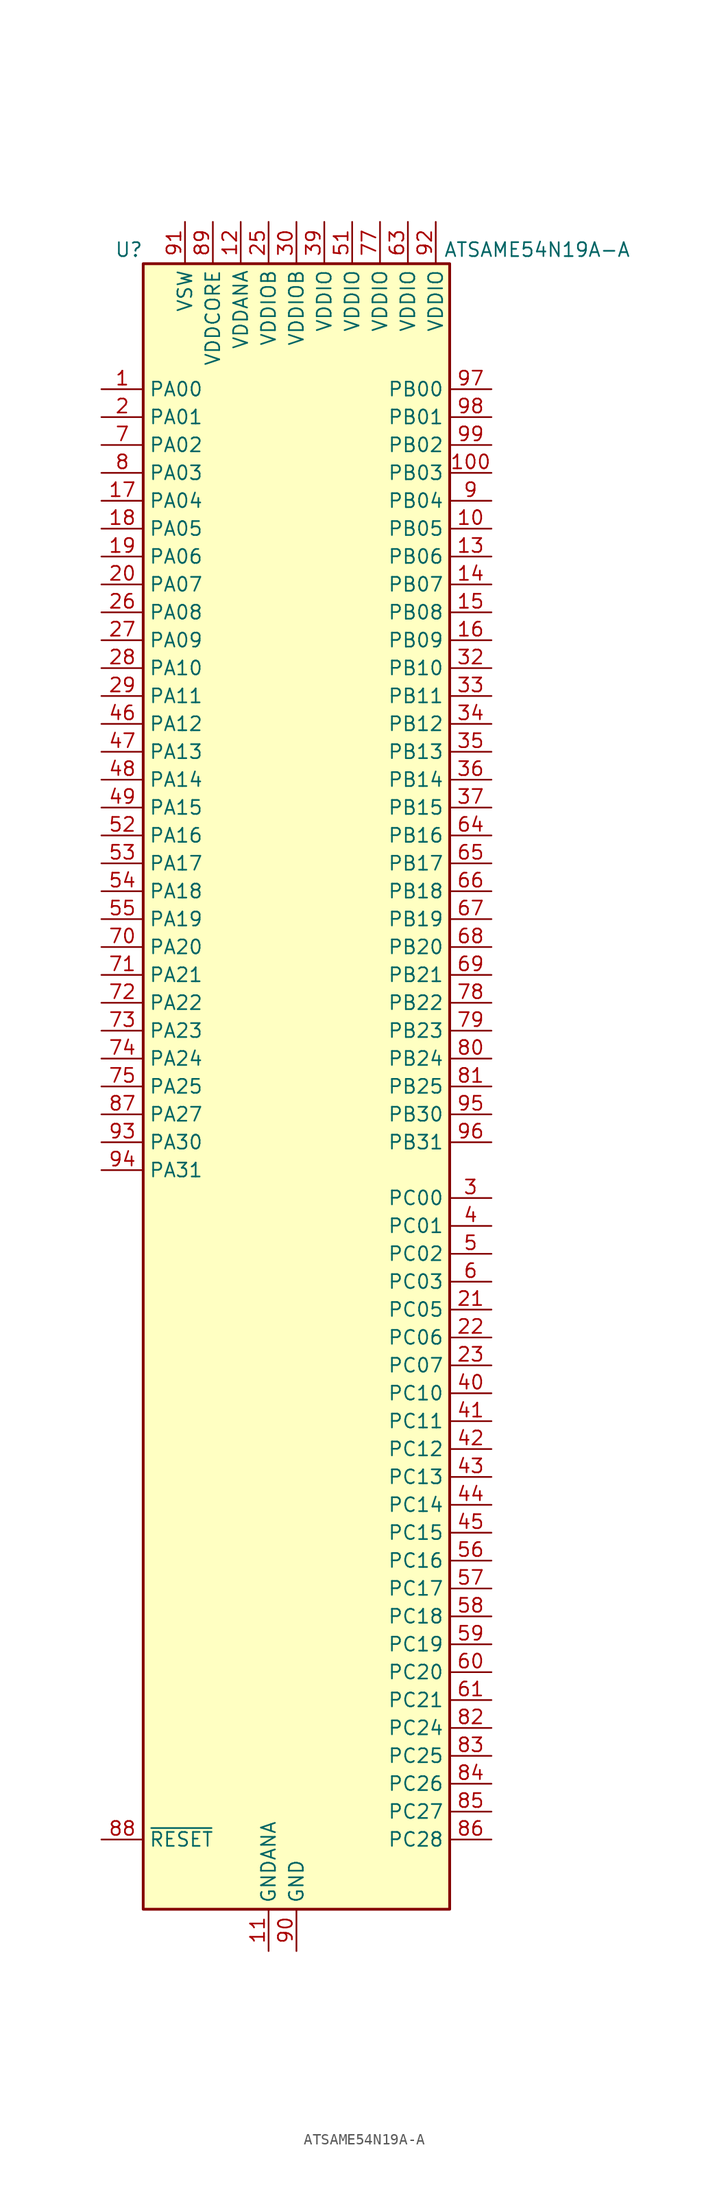
<source format=kicad_sym>
(kicad_symbol_lib
  (version 20231120)
  (generator "kicad_symbol_editor")
  (generator_version "8.0")
  (symbol "ATSAME54N19A-A"
    (property "Reference" "U"
      (at -13.97 76.2 0)
      (effects (font (size 1.27 1.27)) (justify right)))
    (property "Value" "ATSAME54N19A-A"
      (at 30.48 76.2 0)
      (effects (font (size 1.27 1.27)) (justify right)))
    (symbol "ATSAME54N19A-A_1_1"
      (rectangle (start -13.97 74.93) (end 13.97 -74.93) (stroke (width 0.254) (type default)) (fill (type background)))
      (pin bidirectional line (at -17.78 63.5 0) (length 3.81) (name "PA00" (effects (font (size 1.27 1.27)))) (number "1" (effects (font (size 1.27 1.27)))))
      (pin bidirectional line (at 17.78 50.8 180) (length 3.81) (name "PB05" (effects (font (size 1.27 1.27)))) (number "10" (effects (font (size 1.27 1.27)))))
      (pin bidirectional line (at 17.78 55.88 180) (length 3.81) (name "PB03" (effects (font (size 1.27 1.27)))) (number "100" (effects (font (size 1.27 1.27)))))
      (pin power_in line (at -2.54 -78.74 90) (length 3.81) (name "GNDANA" (effects (font (size 1.27 1.27)))) (number "11" (effects (font (size 1.27 1.27)))))
      (pin power_in line (at -5.08 78.74 270) (length 3.81) (name "VDDANA" (effects (font (size 1.27 1.27)))) (number "12" (effects (font (size 1.27 1.27)))))
      (pin bidirectional line (at 17.78 48.26 180) (length 3.81) (name "PB06" (effects (font (size 1.27 1.27)))) (number "13" (effects (font (size 1.27 1.27)))))
      (pin bidirectional line (at 17.78 45.72 180) (length 3.81) (name "PB07" (effects (font (size 1.27 1.27)))) (number "14" (effects (font (size 1.27 1.27)))))
      (pin bidirectional line (at 17.78 43.18 180) (length 3.81) (name "PB08" (effects (font (size 1.27 1.27)))) (number "15" (effects (font (size 1.27 1.27)))))
      (pin bidirectional line (at 17.78 40.64 180) (length 3.81) (name "PB09" (effects (font (size 1.27 1.27)))) (number "16" (effects (font (size 1.27 1.27)))))
      (pin bidirectional line (at -17.78 53.34 0) (length 3.81) (name "PA04" (effects (font (size 1.27 1.27)))) (number "17" (effects (font (size 1.27 1.27)))))
      (pin bidirectional line (at -17.78 50.8 0) (length 3.81) (name "PA05" (effects (font (size 1.27 1.27)))) (number "18" (effects (font (size 1.27 1.27)))))
      (pin bidirectional line (at -17.78 48.26 0) (length 3.81) (name "PA06" (effects (font (size 1.27 1.27)))) (number "19" (effects (font (size 1.27 1.27)))))
      (pin bidirectional line (at -17.78 60.96 0) (length 3.81) (name "PA01" (effects (font (size 1.27 1.27)))) (number "2" (effects (font (size 1.27 1.27)))))
      (pin bidirectional line (at -17.78 45.72 0) (length 3.81) (name "PA07" (effects (font (size 1.27 1.27)))) (number "20" (effects (font (size 1.27 1.27)))))
      (pin bidirectional line (at 17.78 -20.32 180) (length 3.81) (name "PC05" (effects (font (size 1.27 1.27)))) (number "21" (effects (font (size 1.27 1.27)))))
      (pin bidirectional line (at 17.78 -22.86 180) (length 3.81) (name "PC06" (effects (font (size 1.27 1.27)))) (number "22" (effects (font (size 1.27 1.27)))))
      (pin bidirectional line (at 17.78 -25.4 180) (length 3.81) (name "PC07" (effects (font (size 1.27 1.27)))) (number "23" (effects (font (size 1.27 1.27)))))
      (pin passive line (at 0 -78.74 90) (length 3.81) hide (name "GND" (effects (font (size 1.27 1.27)))) (number "24" (effects (font (size 1.27 1.27)))))
      (pin power_in line (at -2.54 78.74 270) (length 3.81) (name "VDDIOB" (effects (font (size 1.27 1.27)))) (number "25" (effects (font (size 1.27 1.27)))))
      (pin bidirectional line (at -17.78 43.18 0) (length 3.81) (name "PA08" (effects (font (size 1.27 1.27)))) (number "26" (effects (font (size 1.27 1.27)))))
      (pin bidirectional line (at -17.78 40.64 0) (length 3.81) (name "PA09" (effects (font (size 1.27 1.27)))) (number "27" (effects (font (size 1.27 1.27)))))
      (pin bidirectional line (at -17.78 38.1 0) (length 3.81) (name "PA10" (effects (font (size 1.27 1.27)))) (number "28" (effects (font (size 1.27 1.27)))))
      (pin bidirectional line (at -17.78 35.56 0) (length 3.81) (name "PA11" (effects (font (size 1.27 1.27)))) (number "29" (effects (font (size 1.27 1.27)))))
      (pin bidirectional line (at 17.78 -10.16 180) (length 3.81) (name "PC00" (effects (font (size 1.27 1.27)))) (number "3" (effects (font (size 1.27 1.27)))))
      (pin power_in line (at 0 78.74 270) (length 3.81) (name "VDDIOB" (effects (font (size 1.27 1.27)))) (number "30" (effects (font (size 1.27 1.27)))))
      (pin passive line (at 0 -78.74 90) (length 3.81) hide (name "GND" (effects (font (size 1.27 1.27)))) (number "31" (effects (font (size 1.27 1.27)))))
      (pin bidirectional line (at 17.78 38.1 180) (length 3.81) (name "PB10" (effects (font (size 1.27 1.27)))) (number "32" (effects (font (size 1.27 1.27)))))
      (pin bidirectional line (at 17.78 35.56 180) (length 3.81) (name "PB11" (effects (font (size 1.27 1.27)))) (number "33" (effects (font (size 1.27 1.27)))))
      (pin bidirectional line (at 17.78 33.02 180) (length 3.81) (name "PB12" (effects (font (size 1.27 1.27)))) (number "34" (effects (font (size 1.27 1.27)))))
      (pin bidirectional line (at 17.78 30.48 180) (length 3.81) (name "PB13" (effects (font (size 1.27 1.27)))) (number "35" (effects (font (size 1.27 1.27)))))
      (pin bidirectional line (at 17.78 27.94 180) (length 3.81) (name "PB14" (effects (font (size 1.27 1.27)))) (number "36" (effects (font (size 1.27 1.27)))))
      (pin bidirectional line (at 17.78 25.4 180) (length 3.81) (name "PB15" (effects (font (size 1.27 1.27)))) (number "37" (effects (font (size 1.27 1.27)))))
      (pin passive line (at 0 -78.74 90) (length 3.81) hide (name "GND" (effects (font (size 1.27 1.27)))) (number "38" (effects (font (size 1.27 1.27)))))
      (pin power_in line (at 2.54 78.74 270) (length 3.81) (name "VDDIO" (effects (font (size 1.27 1.27)))) (number "39" (effects (font (size 1.27 1.27)))))
      (pin bidirectional line (at 17.78 -12.7 180) (length 3.81) (name "PC01" (effects (font (size 1.27 1.27)))) (number "4" (effects (font (size 1.27 1.27)))))
      (pin bidirectional line (at 17.78 -27.94 180) (length 3.81) (name "PC10" (effects (font (size 1.27 1.27)))) (number "40" (effects (font (size 1.27 1.27)))))
      (pin bidirectional line (at 17.78 -30.48 180) (length 3.81) (name "PC11" (effects (font (size 1.27 1.27)))) (number "41" (effects (font (size 1.27 1.27)))))
      (pin bidirectional line (at 17.78 -33.02 180) (length 3.81) (name "PC12" (effects (font (size 1.27 1.27)))) (number "42" (effects (font (size 1.27 1.27)))))
      (pin bidirectional line (at 17.78 -35.56 180) (length 3.81) (name "PC13" (effects (font (size 1.27 1.27)))) (number "43" (effects (font (size 1.27 1.27)))))
      (pin bidirectional line (at 17.78 -38.1 180) (length 3.81) (name "PC14" (effects (font (size 1.27 1.27)))) (number "44" (effects (font (size 1.27 1.27)))))
      (pin bidirectional line (at 17.78 -40.64 180) (length 3.81) (name "PC15" (effects (font (size 1.27 1.27)))) (number "45" (effects (font (size 1.27 1.27)))))
      (pin bidirectional line (at -17.78 33.02 0) (length 3.81) (name "PA12" (effects (font (size 1.27 1.27)))) (number "46" (effects (font (size 1.27 1.27)))))
      (pin bidirectional line (at -17.78 30.48 0) (length 3.81) (name "PA13" (effects (font (size 1.27 1.27)))) (number "47" (effects (font (size 1.27 1.27)))))
      (pin bidirectional line (at -17.78 27.94 0) (length 3.81) (name "PA14" (effects (font (size 1.27 1.27)))) (number "48" (effects (font (size 1.27 1.27)))))
      (pin bidirectional line (at -17.78 25.4 0) (length 3.81) (name "PA15" (effects (font (size 1.27 1.27)))) (number "49" (effects (font (size 1.27 1.27)))))
      (pin bidirectional line (at 17.78 -15.24 180) (length 3.81) (name "PC02" (effects (font (size 1.27 1.27)))) (number "5" (effects (font (size 1.27 1.27)))))
      (pin passive line (at 0 -78.74 90) (length 3.81) hide (name "GND" (effects (font (size 1.27 1.27)))) (number "50" (effects (font (size 1.27 1.27)))))
      (pin power_in line (at 5.08 78.74 270) (length 3.81) (name "VDDIO" (effects (font (size 1.27 1.27)))) (number "51" (effects (font (size 1.27 1.27)))))
      (pin bidirectional line (at -17.78 22.86 0) (length 3.81) (name "PA16" (effects (font (size 1.27 1.27)))) (number "52" (effects (font (size 1.27 1.27)))))
      (pin bidirectional line (at -17.78 20.32 0) (length 3.81) (name "PA17" (effects (font (size 1.27 1.27)))) (number "53" (effects (font (size 1.27 1.27)))))
      (pin bidirectional line (at -17.78 17.78 0) (length 3.81) (name "PA18" (effects (font (size 1.27 1.27)))) (number "54" (effects (font (size 1.27 1.27)))))
      (pin bidirectional line (at -17.78 15.24 0) (length 3.81) (name "PA19" (effects (font (size 1.27 1.27)))) (number "55" (effects (font (size 1.27 1.27)))))
      (pin bidirectional line (at 17.78 -43.18 180) (length 3.81) (name "PC16" (effects (font (size 1.27 1.27)))) (number "56" (effects (font (size 1.27 1.27)))))
      (pin bidirectional line (at 17.78 -45.72 180) (length 3.81) (name "PC17" (effects (font (size 1.27 1.27)))) (number "57" (effects (font (size 1.27 1.27)))))
      (pin bidirectional line (at 17.78 -48.26 180) (length 3.81) (name "PC18" (effects (font (size 1.27 1.27)))) (number "58" (effects (font (size 1.27 1.27)))))
      (pin bidirectional line (at 17.78 -50.8 180) (length 3.81) (name "PC19" (effects (font (size 1.27 1.27)))) (number "59" (effects (font (size 1.27 1.27)))))
      (pin bidirectional line (at 17.78 -17.78 180) (length 3.81) (name "PC03" (effects (font (size 1.27 1.27)))) (number "6" (effects (font (size 1.27 1.27)))))
      (pin bidirectional line (at 17.78 -53.34 180) (length 3.81) (name "PC20" (effects (font (size 1.27 1.27)))) (number "60" (effects (font (size 1.27 1.27)))))
      (pin bidirectional line (at 17.78 -55.88 180) (length 3.81) (name "PC21" (effects (font (size 1.27 1.27)))) (number "61" (effects (font (size 1.27 1.27)))))
      (pin passive line (at 0 -78.74 90) (length 3.81) hide (name "GND" (effects (font (size 1.27 1.27)))) (number "62" (effects (font (size 1.27 1.27)))))
      (pin power_in line (at 10.16 78.74 270) (length 3.81) (name "VDDIO" (effects (font (size 1.27 1.27)))) (number "63" (effects (font (size 1.27 1.27)))))
      (pin bidirectional line (at 17.78 22.86 180) (length 3.81) (name "PB16" (effects (font (size 1.27 1.27)))) (number "64" (effects (font (size 1.27 1.27)))))
      (pin bidirectional line (at 17.78 20.32 180) (length 3.81) (name "PB17" (effects (font (size 1.27 1.27)))) (number "65" (effects (font (size 1.27 1.27)))))
      (pin bidirectional line (at 17.78 17.78 180) (length 3.81) (name "PB18" (effects (font (size 1.27 1.27)))) (number "66" (effects (font (size 1.27 1.27)))))
      (pin bidirectional line (at 17.78 15.24 180) (length 3.81) (name "PB19" (effects (font (size 1.27 1.27)))) (number "67" (effects (font (size 1.27 1.27)))))
      (pin bidirectional line (at 17.78 12.7 180) (length 3.81) (name "PB20" (effects (font (size 1.27 1.27)))) (number "68" (effects (font (size 1.27 1.27)))))
      (pin bidirectional line (at 17.78 10.16 180) (length 3.81) (name "PB21" (effects (font (size 1.27 1.27)))) (number "69" (effects (font (size 1.27 1.27)))))
      (pin bidirectional line (at -17.78 58.42 0) (length 3.81) (name "PA02" (effects (font (size 1.27 1.27)))) (number "7" (effects (font (size 1.27 1.27)))))
      (pin bidirectional line (at -17.78 12.7 0) (length 3.81) (name "PA20" (effects (font (size 1.27 1.27)))) (number "70" (effects (font (size 1.27 1.27)))))
      (pin bidirectional line (at -17.78 10.16 0) (length 3.81) (name "PA21" (effects (font (size 1.27 1.27)))) (number "71" (effects (font (size 1.27 1.27)))))
      (pin bidirectional line (at -17.78 7.62 0) (length 3.81) (name "PA22" (effects (font (size 1.27 1.27)))) (number "72" (effects (font (size 1.27 1.27)))))
      (pin bidirectional line (at -17.78 5.08 0) (length 3.81) (name "PA23" (effects (font (size 1.27 1.27)))) (number "73" (effects (font (size 1.27 1.27)))))
      (pin bidirectional line (at -17.78 2.54 0) (length 3.81) (name "PA24" (effects (font (size 1.27 1.27)))) (number "74" (effects (font (size 1.27 1.27)))))
      (pin bidirectional line (at -17.78 0 0) (length 3.81) (name "PA25" (effects (font (size 1.27 1.27)))) (number "75" (effects (font (size 1.27 1.27)))))
      (pin passive line (at 0 -78.74 90) (length 3.81) hide (name "GND" (effects (font (size 1.27 1.27)))) (number "76" (effects (font (size 1.27 1.27)))))
      (pin power_in line (at 7.62 78.74 270) (length 3.81) (name "VDDIO" (effects (font (size 1.27 1.27)))) (number "77" (effects (font (size 1.27 1.27)))))
      (pin bidirectional line (at 17.78 7.62 180) (length 3.81) (name "PB22" (effects (font (size 1.27 1.27)))) (number "78" (effects (font (size 1.27 1.27)))))
      (pin bidirectional line (at 17.78 5.08 180) (length 3.81) (name "PB23" (effects (font (size 1.27 1.27)))) (number "79" (effects (font (size 1.27 1.27)))))
      (pin bidirectional line (at -17.78 55.88 0) (length 3.81) (name "PA03" (effects (font (size 1.27 1.27)))) (number "8" (effects (font (size 1.27 1.27)))))
      (pin bidirectional line (at 17.78 2.54 180) (length 3.81) (name "PB24" (effects (font (size 1.27 1.27)))) (number "80" (effects (font (size 1.27 1.27)))))
      (pin bidirectional line (at 17.78 0 180) (length 3.81) (name "PB25" (effects (font (size 1.27 1.27)))) (number "81" (effects (font (size 1.27 1.27)))))
      (pin bidirectional line (at 17.78 -58.42 180) (length 3.81) (name "PC24" (effects (font (size 1.27 1.27)))) (number "82" (effects (font (size 1.27 1.27)))))
      (pin bidirectional line (at 17.78 -60.96 180) (length 3.81) (name "PC25" (effects (font (size 1.27 1.27)))) (number "83" (effects (font (size 1.27 1.27)))))
      (pin bidirectional line (at 17.78 -63.5 180) (length 3.81) (name "PC26" (effects (font (size 1.27 1.27)))) (number "84" (effects (font (size 1.27 1.27)))))
      (pin bidirectional line (at 17.78 -66.04 180) (length 3.81) (name "PC27" (effects (font (size 1.27 1.27)))) (number "85" (effects (font (size 1.27 1.27)))))
      (pin bidirectional line (at 17.78 -68.58 180) (length 3.81) (name "PC28" (effects (font (size 1.27 1.27)))) (number "86" (effects (font (size 1.27 1.27)))))
      (pin bidirectional line (at -17.78 -2.54 0) (length 3.81) (name "PA27" (effects (font (size 1.27 1.27)))) (number "87" (effects (font (size 1.27 1.27)))))
      (pin input line (at -17.78 -68.58 0) (length 3.81) (name "~{RESET}" (effects (font (size 1.27 1.27)))) (number "88" (effects (font (size 1.27 1.27)))))
      (pin power_out line (at -7.62 78.74 270) (length 3.81) (name "VDDCORE" (effects (font (size 1.27 1.27)))) (number "89" (effects (font (size 1.27 1.27)))))
      (pin bidirectional line (at 17.78 53.34 180) (length 3.81) (name "PB04" (effects (font (size 1.27 1.27)))) (number "9" (effects (font (size 1.27 1.27)))))
      (pin power_in line (at 0 -78.74 90) (length 3.81) (name "GND" (effects (font (size 1.27 1.27)))) (number "90" (effects (font (size 1.27 1.27)))))
      (pin power_in line (at -10.16 78.74 270) (length 3.81) (name "VSW" (effects (font (size 1.27 1.27)))) (number "91" (effects (font (size 1.27 1.27)))))
      (pin power_in line (at 12.7 78.74 270) (length 3.81) (name "VDDIO" (effects (font (size 1.27 1.27)))) (number "92" (effects (font (size 1.27 1.27)))))
      (pin bidirectional line (at -17.78 -5.08 0) (length 3.81) (name "PA30" (effects (font (size 1.27 1.27)))) (number "93" (effects (font (size 1.27 1.27)))))
      (pin bidirectional line (at -17.78 -7.62 0) (length 3.81) (name "PA31" (effects (font (size 1.27 1.27)))) (number "94" (effects (font (size 1.27 1.27)))))
      (pin bidirectional line (at 17.78 -2.54 180) (length 3.81) (name "PB30" (effects (font (size 1.27 1.27)))) (number "95" (effects (font (size 1.27 1.27)))))
      (pin bidirectional line (at 17.78 -5.08 180) (length 3.81) (name "PB31" (effects (font (size 1.27 1.27)))) (number "96" (effects (font (size 1.27 1.27)))))
      (pin bidirectional line (at 17.78 63.5 180) (length 3.81) (name "PB00" (effects (font (size 1.27 1.27)))) (number "97" (effects (font (size 1.27 1.27)))))
      (pin bidirectional line (at 17.78 60.96 180) (length 3.81) (name "PB01" (effects (font (size 1.27 1.27)))) (number "98" (effects (font (size 1.27 1.27)))))
      (pin bidirectional line (at 17.78 58.42 180) (length 3.81) (name "PB02" (effects (font (size 1.27 1.27)))) (number "99" (effects (font (size 1.27 1.27))))))))
</source>
